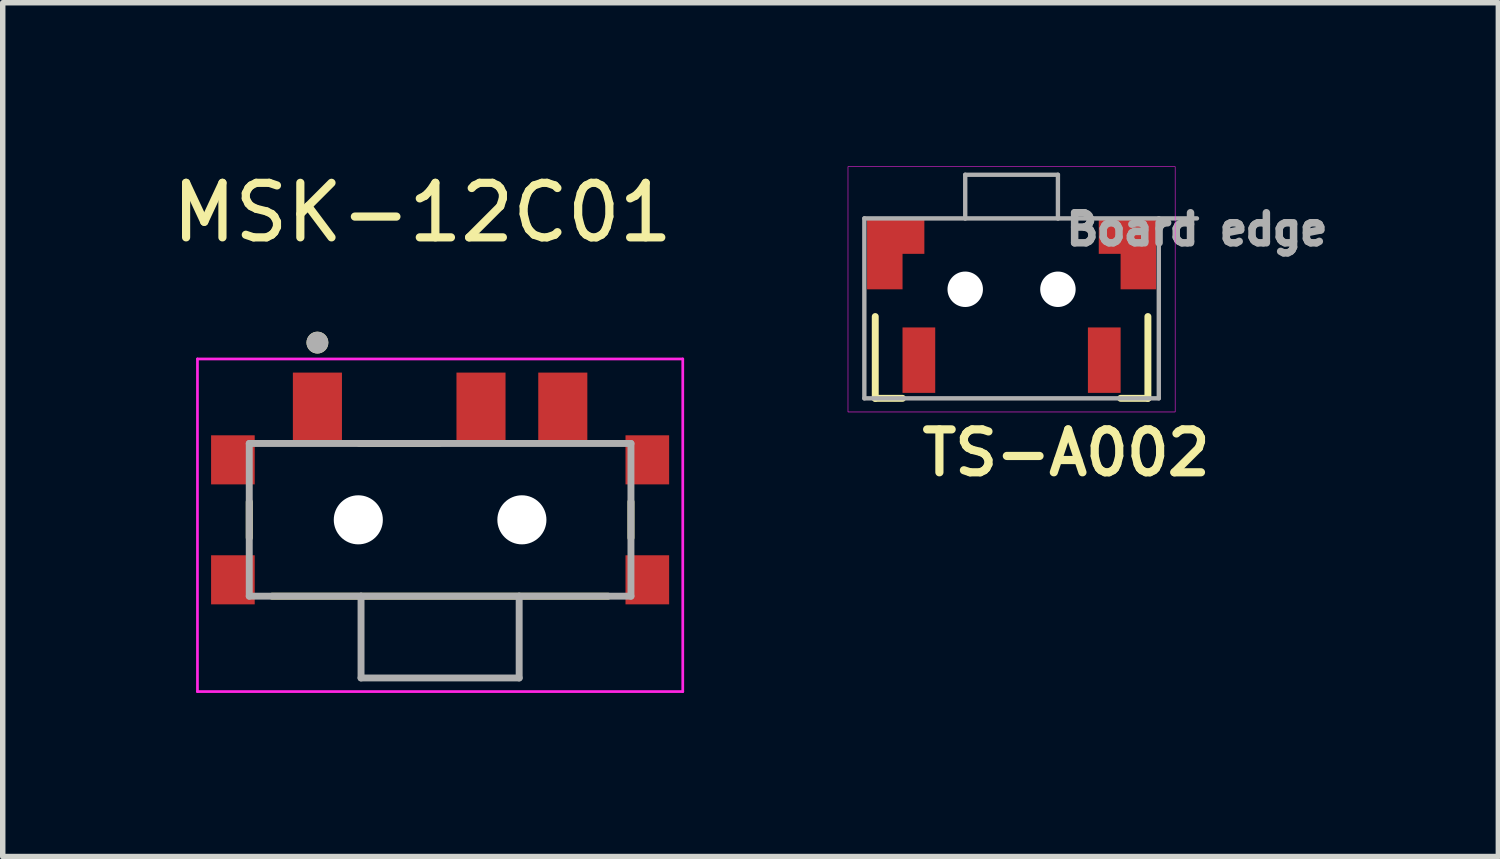
<source format=kicad_pcb>
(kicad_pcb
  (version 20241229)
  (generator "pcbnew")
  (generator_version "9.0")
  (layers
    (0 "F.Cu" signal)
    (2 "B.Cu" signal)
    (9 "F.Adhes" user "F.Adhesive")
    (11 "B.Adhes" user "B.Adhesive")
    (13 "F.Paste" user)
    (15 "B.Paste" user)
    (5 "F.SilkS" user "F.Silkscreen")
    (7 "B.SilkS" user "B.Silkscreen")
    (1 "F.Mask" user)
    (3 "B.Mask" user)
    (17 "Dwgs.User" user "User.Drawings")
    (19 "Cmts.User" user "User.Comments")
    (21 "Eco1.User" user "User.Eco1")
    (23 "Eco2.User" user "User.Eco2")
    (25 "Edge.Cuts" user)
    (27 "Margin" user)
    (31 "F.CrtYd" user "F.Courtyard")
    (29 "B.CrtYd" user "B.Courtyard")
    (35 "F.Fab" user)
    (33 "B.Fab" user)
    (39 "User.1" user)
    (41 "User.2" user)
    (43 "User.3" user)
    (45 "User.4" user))
  (footprint "TS-A002"
    (layer "F.Cu")
    (at 15.501 2.255)
    (property "Reference" "TS-A002" (at 1 3 0) (layer "F.SilkS") (effects (font (size 0.787 0.787) (thickness 0.15))))
    (attr smd)
    (fp_poly (pts (xy -2 0) (xy -2 -0.65) (xy -1.6 -0.65) (xy -1.6 -1.3) (xy -2.65 -1.3) (xy -2.65 0)) (stroke (width 0.001) (type solid)) (fill yes) (layer "F.Cu"))
    (fp_poly (pts (xy 2 0) (xy 2 -0.65) (xy 1.6 -0.65) (xy 1.6 -1.3) (xy 2.65 -1.3) (xy 2.65 0)) (stroke (width 0.001) (type solid)) (fill yes) (layer "F.Cu"))
    (fp_poly (pts (xy 2.7 0.05) (xy 2.7 -1.35) (xy 1.55 -1.35) (xy 1.55 -0.6) (xy 1.95 -0.6) (xy 1.95 0.05)) (stroke (width 0.001) (type solid)) (fill yes) (layer "F.Mask"))
    (fp_poly (pts (xy -2.7 0.05) (xy -2.7 -1.35) (xy -1.55 -1.35) (xy -1.55 -1.3) (xy -1.55 -0.6) (xy -1.95 -0.6) (xy -1.95 0.05)) (stroke (width 0.001) (type solid)) (fill yes) (layer "F.Mask"))
    (fp_line (start -2.5 0.5) (end -2.5 2) (stroke (width 0.127) (type solid)) (layer "F.SilkS"))
    (fp_line (start -2.5 2) (end -2 2) (stroke (width 0.127) (type solid)) (layer "F.SilkS"))
    (fp_line (start 2 2) (end 2.5 2) (stroke (width 0.127) (type solid)) (layer "F.SilkS"))
    (fp_line (start 2.5 2) (end 2.5 0.5) (stroke (width 0.127) (type solid)) (layer "F.SilkS"))
    (fp_poly (pts (xy -2 0) (xy -2 -0.65) (xy -1.6 -0.65) (xy -1.6 -1.3) (xy -2.65 -1.3) (xy -2.65 0)) (stroke (width 0.001) (type solid)) (fill yes) (layer "F.Paste"))
    (fp_poly (pts (xy 2 0) (xy 2 -0.65) (xy 1.6 -0.65) (xy 1.6 -1.3) (xy 2.65 -1.3) (xy 2.65 0)) (stroke (width 0.001) (type solid)) (fill yes) (layer "F.Paste"))
    (fp_poly (pts (xy -3 -2.25) (xy 3 -2.25) (xy 3 2.25) (xy -3 2.25)) (stroke (width 0.01) (type solid)) (fill no) (layer "F.CrtYd"))
    (fp_line (start -2.7 -1.3) (end -2.7 2) (stroke (width 0.08) (type solid)) (layer "F.Fab"))
    (fp_line (start -2.7 2) (end 2.7 2) (stroke (width 0.08) (type solid)) (layer "F.Fab"))
    (fp_line (start -0.85 -2.1) (end 0.85 -2.1) (stroke (width 0.08) (type solid)) (layer "F.Fab"))
    (fp_line (start -0.85 -1.3) (end -2.7 -1.3) (stroke (width 0.08) (type solid)) (layer "F.Fab"))
    (fp_line (start -0.85 -1.3) (end -0.85 -2.1) (stroke (width 0.08) (type solid)) (layer "F.Fab"))
    (fp_line (start 0.85 -2.1) (end 0.85 -1.3) (stroke (width 0.08) (type solid)) (layer "F.Fab"))
    (fp_line (start 0.85 -1.3) (end -0.85 -1.3) (stroke (width 0.08) (type solid)) (layer "F.Fab"))
    (fp_line (start 2.7 -1.3) (end 0.85 -1.3) (stroke (width 0.08) (type solid)) (layer "F.Fab"))
    (fp_line (start 2.7 -1.3) (end 3.4 -1.3) (stroke (width 0.08) (type solid)) (layer "F.Fab"))
    (fp_line (start 2.7 2) (end 2.7 -1.3) (stroke (width 0.08) (type solid)) (layer "F.Fab"))
    (fp_text user "Board edge" (at 3.4 -1.1 0) (layer "F.Fab") (effects (font (size 0.551 0.551) (thickness 0.15))))
    (pad "" np_thru_hole circle (at -0.85 0) (size 0.65 0.65) (drill 0.65) (layers "*.Cu" "*.Mask"))
    (pad "" np_thru_hole circle (at 0.85 0) (size 0.65 0.65) (drill 0.65) (layers "*.Cu" "*.Mask"))
    (pad "1" smd rect (at -1.7 1.3) (size 0.6 1.2) (layers "F.Cu" "F.Mask" "F.Paste"))
    (pad "2" smd rect (at 1.7 1.3) (size 0.6 1.2) (layers "F.Cu" "F.Mask" "F.Paste")))
  (footprint "MSK-12C01"
    (layer "F.Cu")
    (at 5.021 6.483)
    (property "Reference" "MSK-12C01" (at -0.325 -5.635 0) (layer "F.SilkS") (effects (font (size 1 1) (thickness 0.15))))
    (attr smd)
    (fp_line (start -3.5 -0.33) (end -3.5 0.33) (stroke (width 0.127) (type solid)) (layer "F.SilkS"))
    (fp_line (start -3.08 1.4) (end 3.08 1.4) (stroke (width 0.127) (type solid)) (layer "F.SilkS"))
    (fp_line (start -1.48 -1.4) (end -0.02 -1.4) (stroke (width 0.127) (type solid)) (layer "F.SilkS"))
    (fp_line (start 3.5 -0.33) (end 3.5 0.33) (stroke (width 0.127) (type solid)) (layer "F.SilkS"))
    (fp_circle (center -2.25 -3.25) (end -2.15 -3.25) (stroke (width 0.2) (type solid)) (fill no) (layer "F.SilkS"))
    (fp_line (start -4.45 -2.95) (end 4.45 -2.95) (stroke (width 0.05) (type solid)) (layer "F.CrtYd"))
    (fp_line (start -4.45 3.15) (end -4.45 -2.95) (stroke (width 0.05) (type solid)) (layer "F.CrtYd"))
    (fp_line (start 4.45 -2.95) (end 4.45 3.15) (stroke (width 0.05) (type solid)) (layer "F.CrtYd"))
    (fp_line (start 4.45 3.15) (end -4.45 3.15) (stroke (width 0.05) (type solid)) (layer "F.CrtYd"))
    (fp_line (start -3.5 -1.4) (end 3.5 -1.4) (stroke (width 0.127) (type solid)) (layer "F.Fab"))
    (fp_line (start -3.5 1.4) (end -3.5 -1.4) (stroke (width 0.127) (type solid)) (layer "F.Fab"))
    (fp_line (start -1.45 1.4) (end -3.5 1.4) (stroke (width 0.127) (type solid)) (layer "F.Fab"))
    (fp_line (start -1.45 1.4) (end -1.45 2.9) (stroke (width 0.127) (type solid)) (layer "F.Fab"))
    (fp_line (start -1.45 2.9) (end 1.45 2.9) (stroke (width 0.127) (type solid)) (layer "F.Fab"))
    (fp_line (start 1.45 1.4) (end -1.45 1.4) (stroke (width 0.127) (type solid)) (layer "F.Fab"))
    (fp_line (start 1.45 2.9) (end 1.45 1.4) (stroke (width 0.127) (type solid)) (layer "F.Fab"))
    (fp_line (start 3.5 -1.4) (end 3.5 1.4) (stroke (width 0.127) (type solid)) (layer "F.Fab"))
    (fp_line (start 3.5 1.4) (end 1.45 1.4) (stroke (width 0.127) (type solid)) (layer "F.Fab"))
    (fp_circle (center -2.25 -3.25) (end -2.15 -3.25) (stroke (width 0.2) (type solid)) (fill no) (layer "F.Fab"))
    (pad "" np_thru_hole circle (at -1.5 0) (size 0.9 0.9) (drill 0.9) (layers "*.Cu" "*.Mask"))
    (pad "" np_thru_hole circle (at 1.5 0) (size 0.9 0.9) (drill 0.9) (layers "*.Cu" "*.Mask"))
    (pad "1" smd rect (at -2.25 -2.075) (size 0.9 1.25) (layers "F.Cu" "F.Mask" "F.Paste"))
    (pad "2" smd rect (at 0.75 -2.075) (size 0.9 1.25) (layers "F.Cu" "F.Mask" "F.Paste"))
    (pad "3" smd rect (at 2.25 -2.075) (size 0.9 1.25) (layers "F.Cu" "F.Mask" "F.Paste"))
    (pad "4_1" smd rect (at -3.8 -1.1) (size 0.8 0.9) (layers "F.Cu" "F.Mask" "F.Paste"))
    (pad "4_2" smd rect (at -3.8 1.1) (size 0.8 0.9) (layers "F.Cu" "F.Mask" "F.Paste"))
    (pad "4_3" smd rect (at 3.8 1.1) (size 0.8 0.9) (layers "F.Cu" "F.Mask" "F.Paste"))
    (pad "4_4" smd rect (at 3.8 -1.1) (size 0.8 0.9) (layers "F.Cu" "F.Mask" "F.Paste")))
  (gr_rect
    (start -3 -3)
    (end 24.428 12.658)
    (stroke (width 0.1) (type default))
    (fill no)
    (layer "Edge.Cuts")))
</source>
